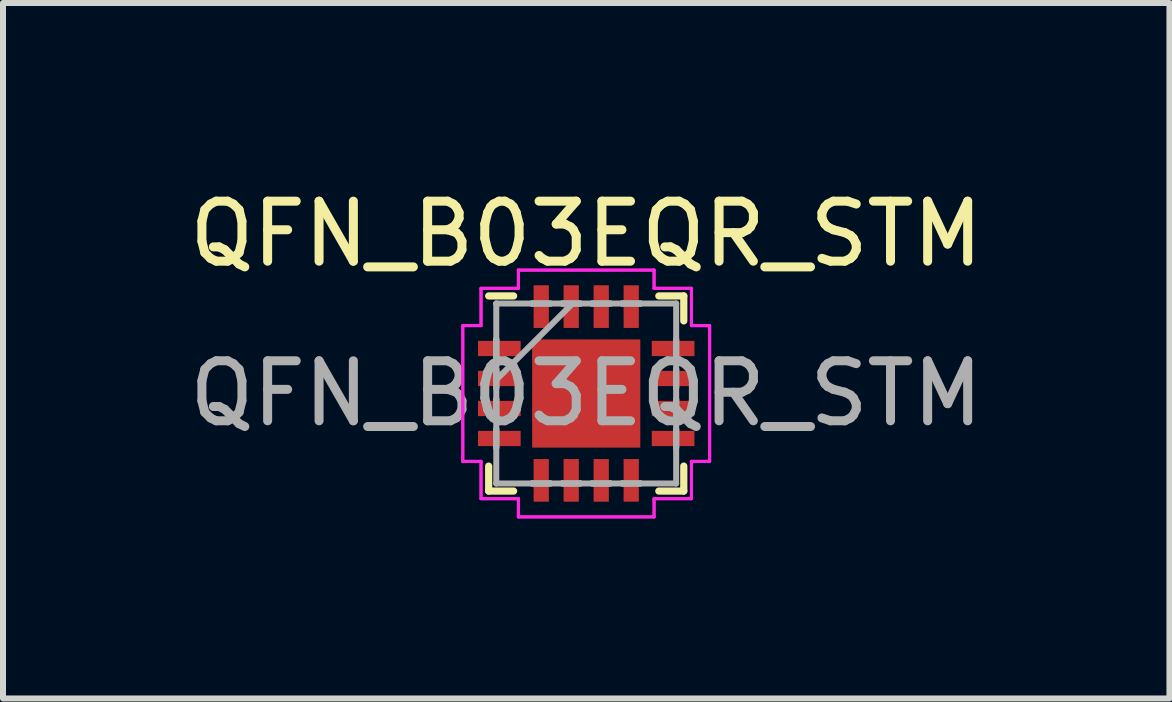
<source format=kicad_pcb>
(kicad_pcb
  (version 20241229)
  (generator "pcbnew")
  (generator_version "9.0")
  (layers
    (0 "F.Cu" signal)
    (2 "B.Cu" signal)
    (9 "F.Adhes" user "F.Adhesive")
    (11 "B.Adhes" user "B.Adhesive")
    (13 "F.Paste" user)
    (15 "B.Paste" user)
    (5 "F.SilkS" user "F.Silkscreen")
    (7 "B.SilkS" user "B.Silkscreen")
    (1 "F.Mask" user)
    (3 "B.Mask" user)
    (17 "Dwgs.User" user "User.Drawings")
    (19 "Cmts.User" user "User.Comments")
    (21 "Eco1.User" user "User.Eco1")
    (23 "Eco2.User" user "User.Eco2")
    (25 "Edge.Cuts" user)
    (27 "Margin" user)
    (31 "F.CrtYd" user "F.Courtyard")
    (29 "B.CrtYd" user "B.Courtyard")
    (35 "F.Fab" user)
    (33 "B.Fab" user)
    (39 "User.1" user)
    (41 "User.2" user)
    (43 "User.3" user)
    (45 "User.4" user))
  (footprint "QFN_B03EQR_STM"
    (layer "F.Cu")
    (at 6.72 3.508)
    (property "Reference" "QFN_B03EQR_STM" (at 0 -2.66 0) (layer "F.SilkS") (effects (font (size 1 1) (thickness 0.15))))
    (attr through_hole)
    (fp_line (start -1.626 1.21) (end -1.626 1.626) (stroke (width 0.12) (type solid)) (layer "F.SilkS"))
    (fp_line (start -1.626 1.626) (end -1.21 1.626) (stroke (width 0.12) (type solid)) (layer "F.SilkS"))
    (fp_line (start -1.21 -1.626) (end -1.626 -1.626) (stroke (width 0.12) (type solid)) (layer "F.SilkS"))
    (fp_line (start 1.21 1.626) (end 1.626 1.626) (stroke (width 0.12) (type solid)) (layer "F.SilkS"))
    (fp_line (start 1.626 -1.626) (end 1.21 -1.626) (stroke (width 0.12) (type solid)) (layer "F.SilkS"))
    (fp_line (start 1.626 -1.21) (end 1.626 -1.626) (stroke (width 0.12) (type solid)) (layer "F.SilkS"))
    (fp_line (start 1.626 1.626) (end 1.626 1.21) (stroke (width 0.12) (type solid)) (layer "F.SilkS"))
    (fp_line (start -2.057 -1.131) (end -1.753 -1.131) (stroke (width 0.05) (type solid)) (layer "F.CrtYd"))
    (fp_line (start -2.057 -1.131) (end -1.753 -1.131) (stroke (width 0.05) (type solid)) (layer "F.CrtYd"))
    (fp_line (start -2.057 1.131) (end -2.057 -1.131) (stroke (width 0.05) (type solid)) (layer "F.CrtYd"))
    (fp_line (start -2.057 1.131) (end -2.057 -1.131) (stroke (width 0.05) (type solid)) (layer "F.CrtYd"))
    (fp_line (start -1.753 -1.753) (end -1.131 -1.753) (stroke (width 0.05) (type solid)) (layer "F.CrtYd"))
    (fp_line (start -1.753 -1.753) (end -1.131 -1.753) (stroke (width 0.05) (type solid)) (layer "F.CrtYd"))
    (fp_line (start -1.753 -1.131) (end -1.753 -1.753) (stroke (width 0.05) (type solid)) (layer "F.CrtYd"))
    (fp_line (start -1.753 -1.131) (end -1.753 -1.753) (stroke (width 0.05) (type solid)) (layer "F.CrtYd"))
    (fp_line (start -1.753 1.131) (end -2.057 1.131) (stroke (width 0.05) (type solid)) (layer "F.CrtYd"))
    (fp_line (start -1.753 1.131) (end -2.057 1.131) (stroke (width 0.05) (type solid)) (layer "F.CrtYd"))
    (fp_line (start -1.753 1.753) (end -1.753 1.131) (stroke (width 0.05) (type solid)) (layer "F.CrtYd"))
    (fp_line (start -1.753 1.753) (end -1.753 1.131) (stroke (width 0.05) (type solid)) (layer "F.CrtYd"))
    (fp_line (start -1.131 -2.057) (end 1.131 -2.057) (stroke (width 0.05) (type solid)) (layer "F.CrtYd"))
    (fp_line (start -1.131 -2.057) (end 1.131 -2.057) (stroke (width 0.05) (type solid)) (layer "F.CrtYd"))
    (fp_line (start -1.131 -1.753) (end -1.131 -2.057) (stroke (width 0.05) (type solid)) (layer "F.CrtYd"))
    (fp_line (start -1.131 -1.753) (end -1.131 -2.057) (stroke (width 0.05) (type solid)) (layer "F.CrtYd"))
    (fp_line (start -1.131 1.753) (end -1.753 1.753) (stroke (width 0.05) (type solid)) (layer "F.CrtYd"))
    (fp_line (start -1.131 1.753) (end -1.753 1.753) (stroke (width 0.05) (type solid)) (layer "F.CrtYd"))
    (fp_line (start -1.131 2.057) (end -1.131 1.753) (stroke (width 0.05) (type solid)) (layer "F.CrtYd"))
    (fp_line (start -1.131 2.057) (end -1.131 1.753) (stroke (width 0.05) (type solid)) (layer "F.CrtYd"))
    (fp_line (start 1.131 -2.057) (end 1.131 -1.753) (stroke (width 0.05) (type solid)) (layer "F.CrtYd"))
    (fp_line (start 1.131 -2.057) (end 1.131 -1.753) (stroke (width 0.05) (type solid)) (layer "F.CrtYd"))
    (fp_line (start 1.131 -1.753) (end 1.753 -1.753) (stroke (width 0.05) (type solid)) (layer "F.CrtYd"))
    (fp_line (start 1.131 -1.753) (end 1.753 -1.753) (stroke (width 0.05) (type solid)) (layer "F.CrtYd"))
    (fp_line (start 1.131 1.753) (end 1.131 2.057) (stroke (width 0.05) (type solid)) (layer "F.CrtYd"))
    (fp_line (start 1.131 1.753) (end 1.131 2.057) (stroke (width 0.05) (type solid)) (layer "F.CrtYd"))
    (fp_line (start 1.131 2.057) (end -1.131 2.057) (stroke (width 0.05) (type solid)) (layer "F.CrtYd"))
    (fp_line (start 1.131 2.057) (end -1.131 2.057) (stroke (width 0.05) (type solid)) (layer "F.CrtYd"))
    (fp_line (start 1.753 -1.753) (end 1.753 -1.131) (stroke (width 0.05) (type solid)) (layer "F.CrtYd"))
    (fp_line (start 1.753 -1.753) (end 1.753 -1.131) (stroke (width 0.05) (type solid)) (layer "F.CrtYd"))
    (fp_line (start 1.753 -1.131) (end 2.057 -1.131) (stroke (width 0.05) (type solid)) (layer "F.CrtYd"))
    (fp_line (start 1.753 -1.131) (end 2.057 -1.131) (stroke (width 0.05) (type solid)) (layer "F.CrtYd"))
    (fp_line (start 1.753 1.131) (end 1.753 1.753) (stroke (width 0.05) (type solid)) (layer "F.CrtYd"))
    (fp_line (start 1.753 1.131) (end 1.753 1.753) (stroke (width 0.05) (type solid)) (layer "F.CrtYd"))
    (fp_line (start 1.753 1.753) (end 1.131 1.753) (stroke (width 0.05) (type solid)) (layer "F.CrtYd"))
    (fp_line (start 1.753 1.753) (end 1.131 1.753) (stroke (width 0.05) (type solid)) (layer "F.CrtYd"))
    (fp_line (start 2.057 -1.131) (end 2.057 1.131) (stroke (width 0.05) (type solid)) (layer "F.CrtYd"))
    (fp_line (start 2.057 -1.131) (end 2.057 1.131) (stroke (width 0.05) (type solid)) (layer "F.CrtYd"))
    (fp_line (start 2.057 1.131) (end 1.753 1.131) (stroke (width 0.05) (type solid)) (layer "F.CrtYd"))
    (fp_line (start 2.057 1.131) (end 1.753 1.131) (stroke (width 0.05) (type solid)) (layer "F.CrtYd"))
    (fp_line (start -1.499 -1.499) (end -1.499 -1.499) (stroke (width 0.1) (type solid)) (layer "F.Fab"))
    (fp_line (start -1.499 -1.499) (end -1.499 1.499) (stroke (width 0.1) (type solid)) (layer "F.Fab"))
    (fp_line (start -1.499 -0.903) (end -1.499 -0.903) (stroke (width 0.1) (type solid)) (layer "F.Fab"))
    (fp_line (start -1.499 -0.903) (end -1.499 -0.598) (stroke (width 0.1) (type solid)) (layer "F.Fab"))
    (fp_line (start -1.499 -0.598) (end -1.499 -0.903) (stroke (width 0.1) (type solid)) (layer "F.Fab"))
    (fp_line (start -1.499 -0.598) (end -1.499 -0.598) (stroke (width 0.1) (type solid)) (layer "F.Fab"))
    (fp_line (start -1.499 -0.402) (end -1.499 -0.402) (stroke (width 0.1) (type solid)) (layer "F.Fab"))
    (fp_line (start -1.499 -0.402) (end -1.499 -0.098) (stroke (width 0.1) (type solid)) (layer "F.Fab"))
    (fp_line (start -1.499 -0.229) (end -0.229 -1.499) (stroke (width 0.1) (type solid)) (layer "F.Fab"))
    (fp_line (start -1.499 -0.098) (end -1.499 -0.402) (stroke (width 0.1) (type solid)) (layer "F.Fab"))
    (fp_line (start -1.499 -0.098) (end -1.499 -0.098) (stroke (width 0.1) (type solid)) (layer "F.Fab"))
    (fp_line (start -1.499 0.098) (end -1.499 0.098) (stroke (width 0.1) (type solid)) (layer "F.Fab"))
    (fp_line (start -1.499 0.098) (end -1.499 0.402) (stroke (width 0.1) (type solid)) (layer "F.Fab"))
    (fp_line (start -1.499 0.402) (end -1.499 0.098) (stroke (width 0.1) (type solid)) (layer "F.Fab"))
    (fp_line (start -1.499 0.402) (end -1.499 0.402) (stroke (width 0.1) (type solid)) (layer "F.Fab"))
    (fp_line (start -1.499 0.598) (end -1.499 0.598) (stroke (width 0.1) (type solid)) (layer "F.Fab"))
    (fp_line (start -1.499 0.598) (end -1.499 0.903) (stroke (width 0.1) (type solid)) (layer "F.Fab"))
    (fp_line (start -1.499 0.903) (end -1.499 0.598) (stroke (width 0.1) (type solid)) (layer "F.Fab"))
    (fp_line (start -1.499 0.903) (end -1.499 0.903) (stroke (width 0.1) (type solid)) (layer "F.Fab"))
    (fp_line (start -1.499 1.499) (end -1.499 1.499) (stroke (width 0.1) (type solid)) (layer "F.Fab"))
    (fp_line (start -1.499 1.499) (end 1.499 1.499) (stroke (width 0.1) (type solid)) (layer "F.Fab"))
    (fp_line (start -0.903 -1.499) (end -0.903 -1.499) (stroke (width 0.1) (type solid)) (layer "F.Fab"))
    (fp_line (start -0.903 -1.499) (end -0.598 -1.499) (stroke (width 0.1) (type solid)) (layer "F.Fab"))
    (fp_line (start -0.903 1.499) (end -0.903 1.499) (stroke (width 0.1) (type solid)) (layer "F.Fab"))
    (fp_line (start -0.903 1.499) (end -0.598 1.499) (stroke (width 0.1) (type solid)) (layer "F.Fab"))
    (fp_line (start -0.598 -1.499) (end -0.903 -1.499) (stroke (width 0.1) (type solid)) (layer "F.Fab"))
    (fp_line (start -0.598 -1.499) (end -0.598 -1.499) (stroke (width 0.1) (type solid)) (layer "F.Fab"))
    (fp_line (start -0.598 1.499) (end -0.903 1.499) (stroke (width 0.1) (type solid)) (layer "F.Fab"))
    (fp_line (start -0.598 1.499) (end -0.598 1.499) (stroke (width 0.1) (type solid)) (layer "F.Fab"))
    (fp_line (start -0.402 -1.499) (end -0.402 -1.499) (stroke (width 0.1) (type solid)) (layer "F.Fab"))
    (fp_line (start -0.402 -1.499) (end -0.098 -1.499) (stroke (width 0.1) (type solid)) (layer "F.Fab"))
    (fp_line (start -0.402 1.499) (end -0.402 1.499) (stroke (width 0.1) (type solid)) (layer "F.Fab"))
    (fp_line (start -0.402 1.499) (end -0.098 1.499) (stroke (width 0.1) (type solid)) (layer "F.Fab"))
    (fp_line (start -0.098 -1.499) (end -0.402 -1.499) (stroke (width 0.1) (type solid)) (layer "F.Fab"))
    (fp_line (start -0.098 -1.499) (end -0.098 -1.499) (stroke (width 0.1) (type solid)) (layer "F.Fab"))
    (fp_line (start -0.098 1.499) (end -0.402 1.499) (stroke (width 0.1) (type solid)) (layer "F.Fab"))
    (fp_line (start -0.098 1.499) (end -0.098 1.499) (stroke (width 0.1) (type solid)) (layer "F.Fab"))
    (fp_line (start 0.098 -1.499) (end 0.098 -1.499) (stroke (width 0.1) (type solid)) (layer "F.Fab"))
    (fp_line (start 0.098 -1.499) (end 0.402 -1.499) (stroke (width 0.1) (type solid)) (layer "F.Fab"))
    (fp_line (start 0.098 1.499) (end 0.098 1.499) (stroke (width 0.1) (type solid)) (layer "F.Fab"))
    (fp_line (start 0.098 1.499) (end 0.402 1.499) (stroke (width 0.1) (type solid)) (layer "F.Fab"))
    (fp_line (start 0.402 -1.499) (end 0.098 -1.499) (stroke (width 0.1) (type solid)) (layer "F.Fab"))
    (fp_line (start 0.402 -1.499) (end 0.402 -1.499) (stroke (width 0.1) (type solid)) (layer "F.Fab"))
    (fp_line (start 0.402 1.499) (end 0.098 1.499) (stroke (width 0.1) (type solid)) (layer "F.Fab"))
    (fp_line (start 0.402 1.499) (end 0.402 1.499) (stroke (width 0.1) (type solid)) (layer "F.Fab"))
    (fp_line (start 0.598 -1.499) (end 0.598 -1.499) (stroke (width 0.1) (type solid)) (layer "F.Fab"))
    (fp_line (start 0.598 -1.499) (end 0.903 -1.499) (stroke (width 0.1) (type solid)) (layer "F.Fab"))
    (fp_line (start 0.598 1.499) (end 0.598 1.499) (stroke (width 0.1) (type solid)) (layer "F.Fab"))
    (fp_line (start 0.598 1.499) (end 0.903 1.499) (stroke (width 0.1) (type solid)) (layer "F.Fab"))
    (fp_line (start 0.903 -1.499) (end 0.598 -1.499) (stroke (width 0.1) (type solid)) (layer "F.Fab"))
    (fp_line (start 0.903 -1.499) (end 0.903 -1.499) (stroke (width 0.1) (type solid)) (layer "F.Fab"))
    (fp_line (start 0.903 1.499) (end 0.598 1.499) (stroke (width 0.1) (type solid)) (layer "F.Fab"))
    (fp_line (start 0.903 1.499) (end 0.903 1.499) (stroke (width 0.1) (type solid)) (layer "F.Fab"))
    (fp_line (start 1.499 -1.499) (end -1.499 -1.499) (stroke (width 0.1) (type solid)) (layer "F.Fab"))
    (fp_line (start 1.499 -1.499) (end 1.499 -1.499) (stroke (width 0.1) (type solid)) (layer "F.Fab"))
    (fp_line (start 1.499 -0.903) (end 1.499 -0.903) (stroke (width 0.1) (type solid)) (layer "F.Fab"))
    (fp_line (start 1.499 -0.903) (end 1.499 -0.598) (stroke (width 0.1) (type solid)) (layer "F.Fab"))
    (fp_line (start 1.499 -0.598) (end 1.499 -0.903) (stroke (width 0.1) (type solid)) (layer "F.Fab"))
    (fp_line (start 1.499 -0.598) (end 1.499 -0.598) (stroke (width 0.1) (type solid)) (layer "F.Fab"))
    (fp_line (start 1.499 -0.402) (end 1.499 -0.402) (stroke (width 0.1) (type solid)) (layer "F.Fab"))
    (fp_line (start 1.499 -0.402) (end 1.499 -0.098) (stroke (width 0.1) (type solid)) (layer "F.Fab"))
    (fp_line (start 1.499 -0.098) (end 1.499 -0.402) (stroke (width 0.1) (type solid)) (layer "F.Fab"))
    (fp_line (start 1.499 -0.098) (end 1.499 -0.098) (stroke (width 0.1) (type solid)) (layer "F.Fab"))
    (fp_line (start 1.499 0.098) (end 1.499 0.098) (stroke (width 0.1) (type solid)) (layer "F.Fab"))
    (fp_line (start 1.499 0.098) (end 1.499 0.402) (stroke (width 0.1) (type solid)) (layer "F.Fab"))
    (fp_line (start 1.499 0.402) (end 1.499 0.098) (stroke (width 0.1) (type solid)) (layer "F.Fab"))
    (fp_line (start 1.499 0.402) (end 1.499 0.402) (stroke (width 0.1) (type solid)) (layer "F.Fab"))
    (fp_line (start 1.499 0.598) (end 1.499 0.598) (stroke (width 0.1) (type solid)) (layer "F.Fab"))
    (fp_line (start 1.499 0.598) (end 1.499 0.903) (stroke (width 0.1) (type solid)) (layer "F.Fab"))
    (fp_line (start 1.499 0.903) (end 1.499 0.598) (stroke (width 0.1) (type solid)) (layer "F.Fab"))
    (fp_line (start 1.499 0.903) (end 1.499 0.903) (stroke (width 0.1) (type solid)) (layer "F.Fab"))
    (fp_line (start 1.499 1.499) (end 1.499 -1.499) (stroke (width 0.1) (type solid)) (layer "F.Fab"))
    (fp_line (start 1.499 1.499) (end 1.499 1.499) (stroke (width 0.1) (type solid)) (layer "F.Fab"))
    (fp_text user "${REFERENCE}" (at 0 0 0) (layer "F.Fab") (effects (font (size 1 1) (thickness 0.15))))
    (pad "1" smd rect (at -1.448 -0.75 90) (size 0.254 0.711) (layers "F.Cu" "F.Mask" "F.Paste"))
    (pad "2" smd rect (at -1.448 -0.25 90) (size 0.254 0.711) (layers "F.Cu" "F.Mask" "F.Paste"))
    (pad "3" smd rect (at -1.448 0.25 90) (size 0.254 0.711) (layers "F.Cu" "F.Mask" "F.Paste"))
    (pad "4" smd rect (at -1.448 0.75 90) (size 0.254 0.711) (layers "F.Cu" "F.Mask" "F.Paste"))
    (pad "5" smd rect (at -0.75 1.448) (size 0.254 0.711) (layers "F.Cu" "F.Mask" "F.Paste"))
    (pad "6" smd rect (at -0.25 1.448) (size 0.254 0.711) (layers "F.Cu" "F.Mask" "F.Paste"))
    (pad "7" smd rect (at 0.25 1.448) (size 0.254 0.711) (layers "F.Cu" "F.Mask" "F.Paste"))
    (pad "8" smd rect (at 0.75 1.448) (size 0.254 0.711) (layers "F.Cu" "F.Mask" "F.Paste"))
    (pad "9" smd rect (at 1.448 0.75 90) (size 0.254 0.711) (layers "F.Cu" "F.Mask" "F.Paste"))
    (pad "10" smd rect (at 1.448 0.25 90) (size 0.254 0.711) (layers "F.Cu" "F.Mask" "F.Paste"))
    (pad "11" smd rect (at 1.448 -0.25 90) (size 0.254 0.711) (layers "F.Cu" "F.Mask" "F.Paste"))
    (pad "12" smd rect (at 1.448 -0.75 90) (size 0.254 0.711) (layers "F.Cu" "F.Mask" "F.Paste"))
    (pad "13" smd rect (at 0.75 -1.448) (size 0.254 0.711) (layers "F.Cu" "F.Mask" "F.Paste"))
    (pad "14" smd rect (at 0.25 -1.448) (size 0.254 0.711) (layers "F.Cu" "F.Mask" "F.Paste"))
    (pad "15" smd rect (at -0.25 -1.448) (size 0.254 0.711) (layers "F.Cu" "F.Mask" "F.Paste"))
    (pad "16" smd rect (at -0.75 -1.448) (size 0.254 0.711) (layers "F.Cu" "F.Mask" "F.Paste"))
    (pad "17" smd rect (at 0 0) (size 1.803 1.803) (layers "F.Cu" "F.Mask" "F.Paste")))
  (gr_rect
    (start -3 -3)
    (end 16.44 8.591)
    (stroke (width 0.1) (type default))
    (fill no)
    (layer "Edge.Cuts")))
</source>
